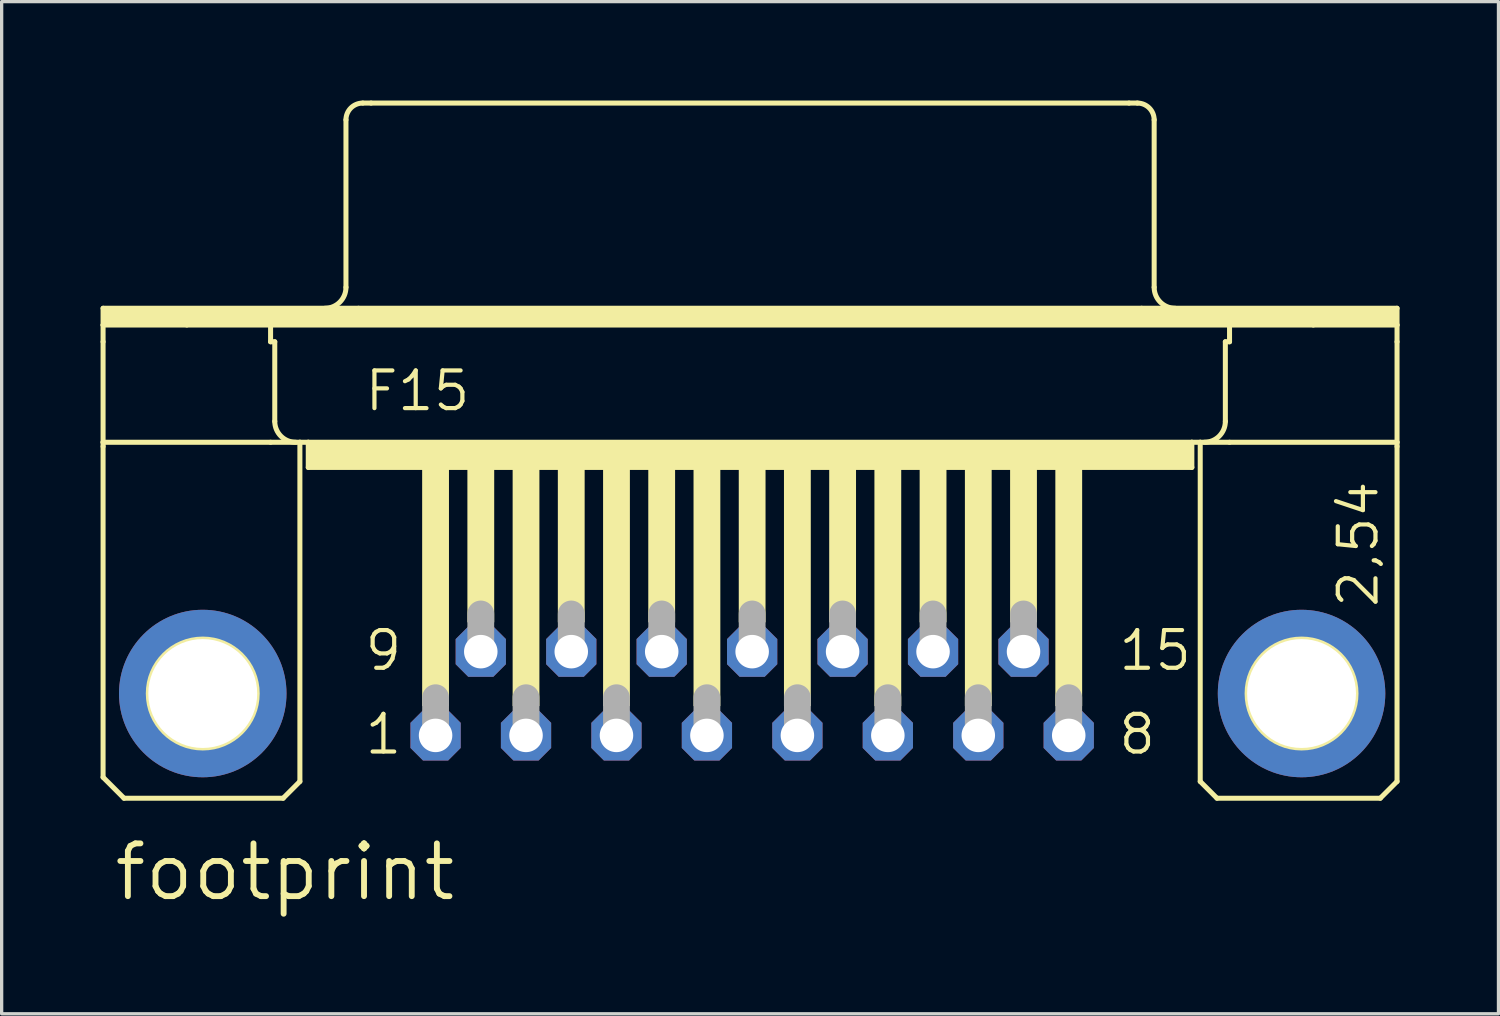
<source format=kicad_pcb>
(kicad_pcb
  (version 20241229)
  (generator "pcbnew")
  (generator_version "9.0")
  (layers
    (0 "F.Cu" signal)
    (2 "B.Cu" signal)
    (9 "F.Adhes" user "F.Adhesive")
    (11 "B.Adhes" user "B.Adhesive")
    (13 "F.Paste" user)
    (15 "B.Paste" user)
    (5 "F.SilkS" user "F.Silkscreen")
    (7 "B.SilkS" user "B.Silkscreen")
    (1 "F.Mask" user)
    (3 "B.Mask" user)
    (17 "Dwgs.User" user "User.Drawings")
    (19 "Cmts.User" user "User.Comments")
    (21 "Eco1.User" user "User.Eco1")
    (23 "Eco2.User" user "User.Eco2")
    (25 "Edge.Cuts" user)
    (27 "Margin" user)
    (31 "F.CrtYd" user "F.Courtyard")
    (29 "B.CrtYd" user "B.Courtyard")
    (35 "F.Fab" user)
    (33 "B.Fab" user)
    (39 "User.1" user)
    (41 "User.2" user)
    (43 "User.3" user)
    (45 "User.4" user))
  (footprint "footprint"
    (layer "F.Cu")
    (at 19.761 17.983)
    (property "Reference" "footprint" (at -19.431 6.35 0) (layer "F.SilkS") (effects (font (size 1.6 1.6) (thickness 0.178)) (justify left bottom)))
    (fp_line (start -19.685 -11.684) (end -11.938 -11.684) (stroke (width 0.152) (type solid)) (layer "F.SilkS"))
    (fp_line (start -19.685 -11.176) (end -19.685 -11.684) (stroke (width 0.152) (type solid)) (layer "F.SilkS"))
    (fp_line (start -19.685 -11.176) (end -17.145 -11.176) (stroke (width 0.152) (type solid)) (layer "F.SilkS"))
    (fp_line (start -19.685 -10.668) (end -19.685 -11.176) (stroke (width 0.152) (type solid)) (layer "F.SilkS"))
    (fp_line (start -19.685 -7.62) (end -19.685 -10.668) (stroke (width 0.152) (type solid)) (layer "F.SilkS"))
    (fp_line (start -19.685 -7.62) (end -19.685 -7.493) (stroke (width 0.152) (type solid)) (layer "F.SilkS"))
    (fp_line (start -19.685 -7.62) (end -14.605 -7.62) (stroke (width 0.152) (type solid)) (layer "F.SilkS"))
    (fp_line (start -19.685 2.54) (end -19.685 -7.493) (stroke (width 0.152) (type solid)) (layer "F.SilkS"))
    (fp_line (start -19.05 3.175) (end -19.685 2.54) (stroke (width 0.152) (type solid)) (layer "F.SilkS"))
    (fp_line (start -17.145 -11.176) (end -14.605 -11.176) (stroke (width 0.152) (type solid)) (layer "F.SilkS"))
    (fp_line (start -14.605 -11.176) (end 14.478 -11.176) (stroke (width 0.152) (type solid)) (layer "F.SilkS"))
    (fp_line (start -14.605 -10.668) (end -14.605 -11.176) (stroke (width 0.152) (type solid)) (layer "F.SilkS"))
    (fp_line (start -14.605 -10.668) (end -14.478 -10.668) (stroke (width 0.152) (type solid)) (layer "F.SilkS"))
    (fp_line (start -14.605 -7.62) (end -13.716 -7.62) (stroke (width 0.152) (type solid)) (layer "F.SilkS"))
    (fp_line (start -14.478 -8.255) (end -14.478 -10.668) (stroke (width 0.152) (type solid)) (layer "F.SilkS"))
    (fp_line (start -14.224 3.175) (end -19.05 3.175) (stroke (width 0.152) (type solid)) (layer "F.SilkS"))
    (fp_line (start -14.224 3.175) (end -13.716 2.667) (stroke (width 0.152) (type solid)) (layer "F.SilkS"))
    (fp_line (start -13.716 -7.62) (end -13.462 -7.62) (stroke (width 0.152) (type solid)) (layer "F.SilkS"))
    (fp_line (start -13.716 2.667) (end -13.716 -7.62) (stroke (width 0.152) (type solid)) (layer "F.SilkS"))
    (fp_line (start -13.462 -7.62) (end -13.462 -6.858) (stroke (width 0.152) (type solid)) (layer "F.SilkS"))
    (fp_line (start -13.462 -7.62) (end 13.335 -7.62) (stroke (width 0.152) (type solid)) (layer "F.SilkS"))
    (fp_line (start -13.462 -6.858) (end 13.335 -6.858) (stroke (width 0.152) (type solid)) (layer "F.SilkS"))
    (fp_line (start -12.319 -12.319) (end -12.319 -17.399) (stroke (width 0.152) (type solid)) (layer "F.SilkS"))
    (fp_line (start -11.938 -11.684) (end 11.811 -11.684) (stroke (width 0.152) (type solid)) (layer "F.SilkS"))
    (fp_line (start -11.811 -17.907) (end -11.557 -17.907) (stroke (width 0.152) (type solid)) (layer "F.SilkS"))
    (fp_line (start -11.557 -17.907) (end 11.43 -17.907) (stroke (width 0.152) (type solid)) (layer "F.SilkS"))
    (fp_line (start 11.43 -17.907) (end 11.684 -17.907) (stroke (width 0.152) (type solid)) (layer "F.SilkS"))
    (fp_line (start 11.811 -11.684) (end 19.558 -11.684) (stroke (width 0.152) (type solid)) (layer "F.SilkS"))
    (fp_line (start 12.192 -12.319) (end 12.192 -17.399) (stroke (width 0.152) (type solid)) (layer "F.SilkS"))
    (fp_line (start 13.335 -7.62) (end 13.335 -6.858) (stroke (width 0.152) (type solid)) (layer "F.SilkS"))
    (fp_line (start 13.335 -7.62) (end 13.589 -7.62) (stroke (width 0.152) (type solid)) (layer "F.SilkS"))
    (fp_line (start 13.589 -7.62) (end 14.478 -7.62) (stroke (width 0.152) (type solid)) (layer "F.SilkS"))
    (fp_line (start 13.589 2.667) (end 13.589 -7.62) (stroke (width 0.152) (type solid)) (layer "F.SilkS"))
    (fp_line (start 13.589 2.667) (end 14.097 3.175) (stroke (width 0.152) (type solid)) (layer "F.SilkS"))
    (fp_line (start 14.097 3.175) (end 19.05 3.175) (stroke (width 0.152) (type solid)) (layer "F.SilkS"))
    (fp_line (start 14.351 -10.668) (end 14.478 -10.668) (stroke (width 0.152) (type solid)) (layer "F.SilkS"))
    (fp_line (start 14.351 -8.255) (end 14.351 -10.668) (stroke (width 0.152) (type solid)) (layer "F.SilkS"))
    (fp_line (start 14.478 -11.176) (end 17.018 -11.176) (stroke (width 0.152) (type solid)) (layer "F.SilkS"))
    (fp_line (start 14.478 -10.668) (end 14.478 -11.176) (stroke (width 0.152) (type solid)) (layer "F.SilkS"))
    (fp_line (start 14.478 -7.62) (end 19.558 -7.62) (stroke (width 0.152) (type solid)) (layer "F.SilkS"))
    (fp_line (start 17.018 -11.176) (end 19.558 -11.176) (stroke (width 0.152) (type solid)) (layer "F.SilkS"))
    (fp_line (start 19.05 3.175) (end 19.558 2.667) (stroke (width 0.152) (type solid)) (layer "F.SilkS"))
    (fp_line (start 19.558 -11.684) (end 19.558 -11.176) (stroke (width 0.152) (type solid)) (layer "F.SilkS"))
    (fp_line (start 19.558 -11.176) (end 19.558 -10.668) (stroke (width 0.152) (type solid)) (layer "F.SilkS"))
    (fp_line (start 19.558 -10.668) (end 19.558 -7.62) (stroke (width 0.152) (type solid)) (layer "F.SilkS"))
    (fp_line (start 19.558 -7.62) (end 19.558 -7.493) (stroke (width 0.152) (type solid)) (layer "F.SilkS"))
    (fp_line (start 19.558 2.667) (end 19.558 -7.493) (stroke (width 0.152) (type solid)) (layer "F.SilkS"))
    (fp_arc (start -13.843 -7.62) (mid -14.292013 -7.805987) (end -14.478 -8.255) (stroke (width 0.1524) (type solid)) (layer "F.SilkS"))
    (fp_arc (start -12.319 -17.399) (mid -12.17021 -17.75821) (end -11.811 -17.907) (stroke (width 0.1524) (type solid)) (layer "F.SilkS"))
    (fp_arc (start -12.319 -12.319) (mid -12.504987 -11.869987) (end -12.954 -11.684) (stroke (width 0.1524) (type solid)) (layer "F.SilkS"))
    (fp_arc (start 11.684 -17.907) (mid 12.04321 -17.75821) (end 12.192 -17.399) (stroke (width 0.1524) (type solid)) (layer "F.SilkS"))
    (fp_arc (start 12.827 -11.684) (mid 12.377987 -11.869987) (end 12.192 -12.319) (stroke (width 0.1524) (type solid)) (layer "F.SilkS"))
    (fp_arc (start 14.351 -8.255) (mid 14.165013 -7.805987) (end 13.716 -7.62) (stroke (width 0.1524) (type solid)) (layer "F.SilkS"))
    (fp_circle (center -16.662 0) (end -15.011 0) (stroke (width 0.152) (type solid)) (fill no) (layer "F.SilkS"))
    (fp_circle (center 16.662 0) (end 18.313 0) (stroke (width 0.152) (type solid)) (fill no) (layer "F.SilkS"))
    (fp_poly (pts (xy -19.685 -11.176) (xy 19.558 -11.176) (xy 19.558 -11.684) (xy -19.685 -11.684)) (stroke (width 0) (type solid)) (fill yes) (layer "F.SilkS"))
    (fp_poly (pts (xy -13.462 -6.858) (xy 13.335 -6.858) (xy 13.335 -7.62) (xy -13.462 -7.62)) (stroke (width 0) (type solid)) (fill yes) (layer "F.SilkS"))
    (fp_poly (pts (xy -10.008 0.381) (xy -9.195 0.381) (xy -9.195 -6.858) (xy -10.008 -6.858)) (stroke (width 0) (type solid)) (fill yes) (layer "F.SilkS"))
    (fp_poly (pts (xy -8.636 -2.159) (xy -7.823 -2.159) (xy -7.823 -6.858) (xy -8.636 -6.858)) (stroke (width 0) (type solid)) (fill yes) (layer "F.SilkS"))
    (fp_poly (pts (xy -7.264 0.381) (xy -6.452 0.381) (xy -6.452 -6.858) (xy -7.264 -6.858)) (stroke (width 0) (type solid)) (fill yes) (layer "F.SilkS"))
    (fp_poly (pts (xy -5.893 -2.159) (xy -5.08 -2.159) (xy -5.08 -6.858) (xy -5.893 -6.858)) (stroke (width 0) (type solid)) (fill yes) (layer "F.SilkS"))
    (fp_poly (pts (xy -4.521 0.381) (xy -3.708 0.381) (xy -3.708 -6.858) (xy -4.521 -6.858)) (stroke (width 0) (type solid)) (fill yes) (layer "F.SilkS"))
    (fp_poly (pts (xy -3.15 -2.159) (xy -2.337 -2.159) (xy -2.337 -6.858) (xy -3.15 -6.858)) (stroke (width 0) (type solid)) (fill yes) (layer "F.SilkS"))
    (fp_poly (pts (xy -1.778 0.381) (xy -0.965 0.381) (xy -0.965 -6.858) (xy -1.778 -6.858)) (stroke (width 0) (type solid)) (fill yes) (layer "F.SilkS"))
    (fp_poly (pts (xy -0.406 -2.159) (xy 0.406 -2.159) (xy 0.406 -6.858) (xy -0.406 -6.858)) (stroke (width 0) (type solid)) (fill yes) (layer "F.SilkS"))
    (fp_poly (pts (xy 0.965 0.381) (xy 1.778 0.381) (xy 1.778 -6.858) (xy 0.965 -6.858)) (stroke (width 0) (type solid)) (fill yes) (layer "F.SilkS"))
    (fp_poly (pts (xy 2.337 -2.159) (xy 3.15 -2.159) (xy 3.15 -6.858) (xy 2.337 -6.858)) (stroke (width 0) (type solid)) (fill yes) (layer "F.SilkS"))
    (fp_poly (pts (xy 3.708 0.381) (xy 4.521 0.381) (xy 4.521 -6.858) (xy 3.708 -6.858)) (stroke (width 0) (type solid)) (fill yes) (layer "F.SilkS"))
    (fp_poly (pts (xy 5.08 -2.159) (xy 5.893 -2.159) (xy 5.893 -6.858) (xy 5.08 -6.858)) (stroke (width 0) (type solid)) (fill yes) (layer "F.SilkS"))
    (fp_poly (pts (xy 6.452 0.381) (xy 7.264 0.381) (xy 7.264 -6.858) (xy 6.452 -6.858)) (stroke (width 0) (type solid)) (fill yes) (layer "F.SilkS"))
    (fp_poly (pts (xy 7.823 -2.159) (xy 8.636 -2.159) (xy 8.636 -6.858) (xy 7.823 -6.858)) (stroke (width 0) (type solid)) (fill yes) (layer "F.SilkS"))
    (fp_poly (pts (xy 9.195 0.381) (xy 10.008 0.381) (xy 10.008 -6.858) (xy 9.195 -6.858)) (stroke (width 0) (type solid)) (fill yes) (layer "F.SilkS"))
    (fp_line (start -9.601 1.143) (end -9.601 0.127) (stroke (width 0.813) (type solid)) (layer "F.Fab"))
    (fp_line (start -8.23 -1.397) (end -8.23 -2.413) (stroke (width 0.813) (type solid)) (layer "F.Fab"))
    (fp_line (start -6.858 1.143) (end -6.858 0.127) (stroke (width 0.813) (type solid)) (layer "F.Fab"))
    (fp_line (start -5.486 -1.397) (end -5.486 -2.413) (stroke (width 0.813) (type solid)) (layer "F.Fab"))
    (fp_line (start -4.115 1.143) (end -4.115 0.127) (stroke (width 0.813) (type solid)) (layer "F.Fab"))
    (fp_line (start -2.743 -1.397) (end -2.743 -2.413) (stroke (width 0.813) (type solid)) (layer "F.Fab"))
    (fp_line (start -1.372 1.143) (end -1.372 0.127) (stroke (width 0.813) (type solid)) (layer "F.Fab"))
    (fp_line (start 0 -1.397) (end 0 -2.413) (stroke (width 0.813) (type solid)) (layer "F.Fab"))
    (fp_line (start 1.372 1.143) (end 1.372 0.127) (stroke (width 0.813) (type solid)) (layer "F.Fab"))
    (fp_line (start 2.743 -1.397) (end 2.743 -2.413) (stroke (width 0.813) (type solid)) (layer "F.Fab"))
    (fp_line (start 4.115 1.143) (end 4.115 0.127) (stroke (width 0.813) (type solid)) (layer "F.Fab"))
    (fp_line (start 5.486 -1.397) (end 5.486 -2.413) (stroke (width 0.813) (type solid)) (layer "F.Fab"))
    (fp_line (start 6.858 1.143) (end 6.858 0.127) (stroke (width 0.813) (type solid)) (layer "F.Fab"))
    (fp_line (start 8.23 -1.397) (end 8.23 -2.413) (stroke (width 0.813) (type solid)) (layer "F.Fab"))
    (fp_line (start 9.601 1.143) (end 9.601 0.127) (stroke (width 0.813) (type solid)) (layer "F.Fab"))
    (fp_text user "9" (at -11.811 -0.635 0) (layer "F.SilkS") (effects (font (size 1.143 1.143) (thickness 0.127)) (justify left bottom)))
    (fp_text user "2,54" (at 19.05 -2.54 90) (layer "F.SilkS") (effects (font (size 1.143 1.143) (thickness 0.127)) (justify left bottom)))
    (fp_text user "1" (at -11.811 1.905 0) (layer "F.SilkS") (effects (font (size 1.143 1.143) (thickness 0.127)) (justify left bottom)))
    (fp_text user "15" (at 11.049 -0.635 0) (layer "F.SilkS") (effects (font (size 1.143 1.143) (thickness 0.127)) (justify left bottom)))
    (fp_text user "8" (at 11.049 1.905 0) (layer "F.SilkS") (effects (font (size 1.143 1.143) (thickness 0.127)) (justify left bottom)))
    (fp_text user "F15" (at -11.811 -8.509 0) (layer "F.SilkS") (effects (font (size 1.143 1.143) (thickness 0.127)) (justify left bottom)))
    (pad "1" thru_hole roundrect (at -9.601 1.27) (size 1.524 1.524) (drill 1.016) (layers "*.Cu" "*.Mask") (roundrect_rratio 0.25) (chamfer_ratio 0.25) (chamfer top_left top_right bottom_left bottom_right))
    (pad "2" thru_hole roundrect (at -6.858 1.27) (size 1.524 1.524) (drill 1.016) (layers "*.Cu" "*.Mask") (roundrect_rratio 0.25) (chamfer_ratio 0.25) (chamfer top_left top_right bottom_left bottom_right))
    (pad "3" thru_hole roundrect (at -4.115 1.27) (size 1.524 1.524) (drill 1.016) (layers "*.Cu" "*.Mask") (roundrect_rratio 0.25) (chamfer_ratio 0.25) (chamfer top_left top_right bottom_left bottom_right))
    (pad "4" thru_hole roundrect (at -1.372 1.27) (size 1.524 1.524) (drill 1.016) (layers "*.Cu" "*.Mask") (roundrect_rratio 0.25) (chamfer_ratio 0.25) (chamfer top_left top_right bottom_left bottom_right))
    (pad "5" thru_hole roundrect (at 1.372 1.27) (size 1.524 1.524) (drill 1.016) (layers "*.Cu" "*.Mask") (roundrect_rratio 0.25) (chamfer_ratio 0.25) (chamfer top_left top_right bottom_left bottom_right))
    (pad "6" thru_hole roundrect (at 4.115 1.27) (size 1.524 1.524) (drill 1.016) (layers "*.Cu" "*.Mask") (roundrect_rratio 0.25) (chamfer_ratio 0.25) (chamfer top_left top_right bottom_left bottom_right))
    (pad "7" thru_hole roundrect (at 6.858 1.27) (size 1.524 1.524) (drill 1.016) (layers "*.Cu" "*.Mask") (roundrect_rratio 0.25) (chamfer_ratio 0.25) (chamfer top_left top_right bottom_left bottom_right))
    (pad "8" thru_hole roundrect (at 9.601 1.27) (size 1.524 1.524) (drill 1.016) (layers "*.Cu" "*.Mask") (roundrect_rratio 0.25) (chamfer_ratio 0.25) (chamfer top_left top_right bottom_left bottom_right))
    (pad "9" thru_hole roundrect (at -8.23 -1.27) (size 1.524 1.524) (drill 1.016) (layers "*.Cu" "*.Mask") (roundrect_rratio 0.25) (chamfer_ratio 0.25) (chamfer top_left top_right bottom_left bottom_right))
    (pad "10" thru_hole roundrect (at -5.486 -1.27) (size 1.524 1.524) (drill 1.016) (layers "*.Cu" "*.Mask") (roundrect_rratio 0.25) (chamfer_ratio 0.25) (chamfer top_left top_right bottom_left bottom_right))
    (pad "11" thru_hole roundrect (at -2.743 -1.27) (size 1.524 1.524) (drill 1.016) (layers "*.Cu" "*.Mask") (roundrect_rratio 0.25) (chamfer_ratio 0.25) (chamfer top_left top_right bottom_left bottom_right))
    (pad "12" thru_hole roundrect (at 0 -1.27) (size 1.524 1.524) (drill 1.016) (layers "*.Cu" "*.Mask") (roundrect_rratio 0.25) (chamfer_ratio 0.25) (chamfer top_left top_right bottom_left bottom_right))
    (pad "13" thru_hole roundrect (at 2.743 -1.27) (size 1.524 1.524) (drill 1.016) (layers "*.Cu" "*.Mask") (roundrect_rratio 0.25) (chamfer_ratio 0.25) (chamfer top_left top_right bottom_left bottom_right))
    (pad "14" thru_hole roundrect (at 5.486 -1.27) (size 1.524 1.524) (drill 1.016) (layers "*.Cu" "*.Mask") (roundrect_rratio 0.25) (chamfer_ratio 0.25) (chamfer top_left top_right bottom_left bottom_right))
    (pad "15" thru_hole roundrect (at 8.23 -1.27) (size 1.524 1.524) (drill 1.016) (layers "*.Cu" "*.Mask") (roundrect_rratio 0.25) (chamfer_ratio 0.25) (chamfer top_left top_right bottom_left bottom_right))
    (pad "G1" thru_hole circle (at -16.662 0) (size 5.08 5.08) (drill 3.302) (layers "*.Cu" "*.Mask"))
    (pad "G2" thru_hole circle (at 16.662 0) (size 5.08 5.08) (drill 3.302) (layers "*.Cu" "*.Mask")))
  (gr_rect
    (start -3 -3)
    (end 42.395 27.696)
    (stroke (width 0.1) (type default))
    (fill no)
    (layer "Edge.Cuts")))
</source>
